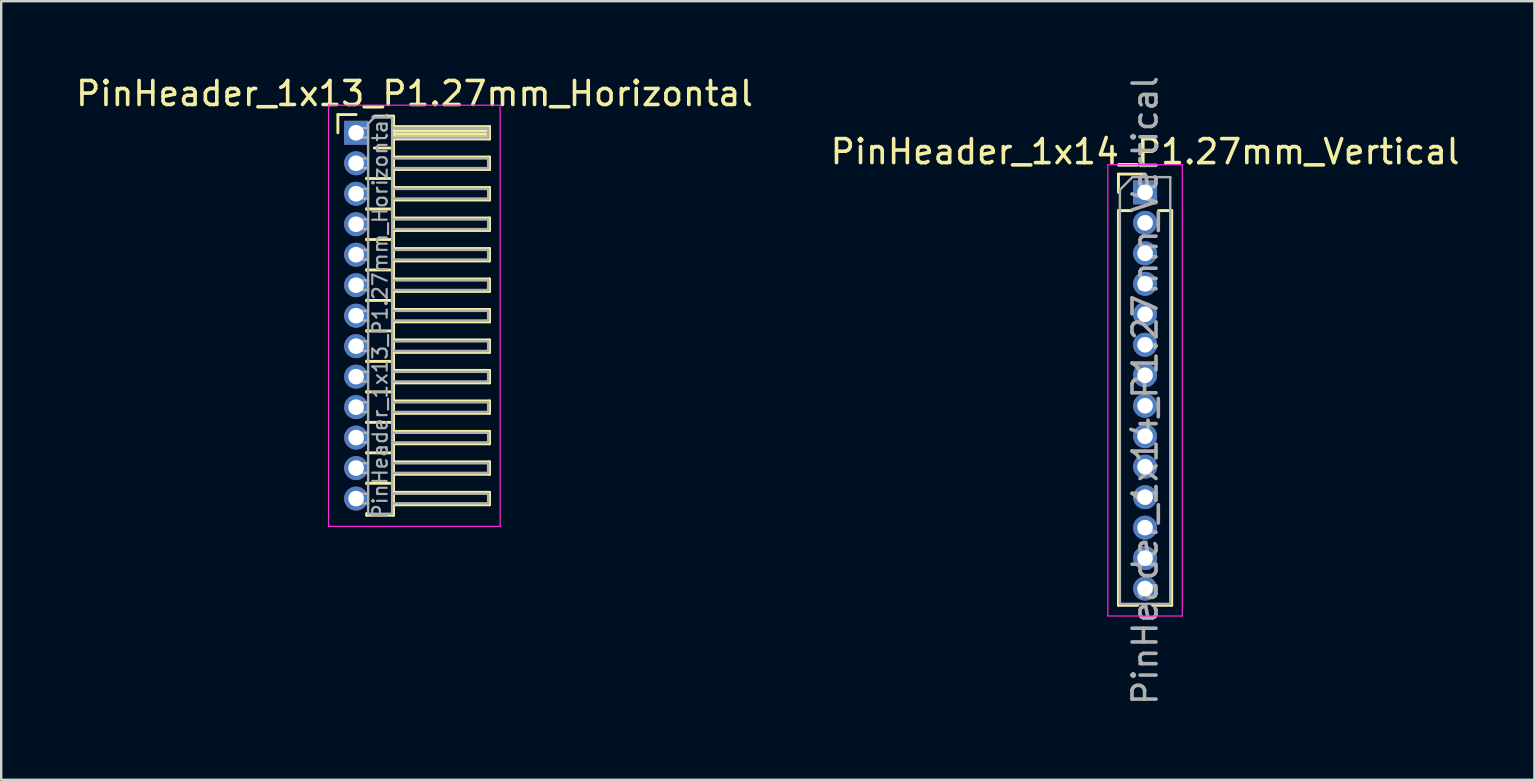
<source format=kicad_pcb>
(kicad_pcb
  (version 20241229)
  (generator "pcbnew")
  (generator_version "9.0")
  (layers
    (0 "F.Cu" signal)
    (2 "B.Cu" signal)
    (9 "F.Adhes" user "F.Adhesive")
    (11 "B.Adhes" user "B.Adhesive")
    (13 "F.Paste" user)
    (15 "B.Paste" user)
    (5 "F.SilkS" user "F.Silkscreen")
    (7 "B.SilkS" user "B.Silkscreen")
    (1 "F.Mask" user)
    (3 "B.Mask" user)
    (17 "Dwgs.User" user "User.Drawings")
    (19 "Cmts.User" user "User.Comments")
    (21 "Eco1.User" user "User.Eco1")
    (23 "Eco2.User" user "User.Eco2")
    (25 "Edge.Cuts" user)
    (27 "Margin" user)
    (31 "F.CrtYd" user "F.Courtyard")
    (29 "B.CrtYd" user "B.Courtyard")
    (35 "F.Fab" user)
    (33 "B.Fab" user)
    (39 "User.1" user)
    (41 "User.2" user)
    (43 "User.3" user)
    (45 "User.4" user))
  (footprint "PinHeader_1x14_P1.27mm_Vertical"
    (layer "F.Cu")
    (at 44.661 4.965)
    (property "Reference" "PinHeader_1x14_P1.27mm_Vertical" (at 0 -1.695 0) (layer "F.SilkS") (effects (font (size 1 1) (thickness 0.15))))
    (attr through_hole)
    (fp_line (start -1.11 -0.76) (end 0 -0.76) (stroke (width 0.12) (type solid)) (layer "F.SilkS"))
    (fp_line (start -1.11 0) (end -1.11 -0.76) (stroke (width 0.12) (type solid)) (layer "F.SilkS"))
    (fp_line (start -1.11 0.76) (end -1.11 17.205) (stroke (width 0.12) (type solid)) (layer "F.SilkS"))
    (fp_line (start -1.11 0.76) (end -0.563 0.76) (stroke (width 0.12) (type solid)) (layer "F.SilkS"))
    (fp_line (start -1.11 17.205) (end -0.308 17.205) (stroke (width 0.12) (type solid)) (layer "F.SilkS"))
    (fp_line (start 0.308 17.205) (end 1.11 17.205) (stroke (width 0.12) (type solid)) (layer "F.SilkS"))
    (fp_line (start 0.563 0.76) (end 1.11 0.76) (stroke (width 0.12) (type solid)) (layer "F.SilkS"))
    (fp_line (start 1.11 0.76) (end 1.11 17.205) (stroke (width 0.12) (type solid)) (layer "F.SilkS"))
    (fp_line (start -1.55 -1.15) (end -1.55 17.65) (stroke (width 0.05) (type solid)) (layer "F.CrtYd"))
    (fp_line (start -1.55 17.65) (end 1.55 17.65) (stroke (width 0.05) (type solid)) (layer "F.CrtYd"))
    (fp_line (start 1.55 -1.15) (end -1.55 -1.15) (stroke (width 0.05) (type solid)) (layer "F.CrtYd"))
    (fp_line (start 1.55 17.65) (end 1.55 -1.15) (stroke (width 0.05) (type solid)) (layer "F.CrtYd"))
    (fp_line (start -1.05 -0.11) (end -0.525 -0.635) (stroke (width 0.1) (type solid)) (layer "F.Fab"))
    (fp_line (start -1.05 17.145) (end -1.05 -0.11) (stroke (width 0.1) (type solid)) (layer "F.Fab"))
    (fp_line (start -0.525 -0.635) (end 1.05 -0.635) (stroke (width 0.1) (type solid)) (layer "F.Fab"))
    (fp_line (start 1.05 -0.635) (end 1.05 17.145) (stroke (width 0.1) (type solid)) (layer "F.Fab"))
    (fp_line (start 1.05 17.145) (end -1.05 17.145) (stroke (width 0.1) (type solid)) (layer "F.Fab"))
    (fp_text user "${REFERENCE}" (at 0 8.255 90) (layer "F.Fab") (effects (font (size 1 1) (thickness 0.15))))
    (pad "1" thru_hole rect (at 0 0) (size 1 1) (drill 0.65) (layers "*.Cu" "*.Mask"))
    (pad "2" thru_hole oval (at 0 1.27) (size 1 1) (drill 0.65) (layers "*.Cu" "*.Mask"))
    (pad "3" thru_hole oval (at 0 2.54) (size 1 1) (drill 0.65) (layers "*.Cu" "*.Mask"))
    (pad "4" thru_hole oval (at 0 3.81) (size 1 1) (drill 0.65) (layers "*.Cu" "*.Mask"))
    (pad "5" thru_hole oval (at 0 5.08) (size 1 1) (drill 0.65) (layers "*.Cu" "*.Mask"))
    (pad "6" thru_hole oval (at 0 6.35) (size 1 1) (drill 0.65) (layers "*.Cu" "*.Mask"))
    (pad "7" thru_hole oval (at 0 7.62) (size 1 1) (drill 0.65) (layers "*.Cu" "*.Mask"))
    (pad "8" thru_hole oval (at 0 8.89) (size 1 1) (drill 0.65) (layers "*.Cu" "*.Mask"))
    (pad "9" thru_hole oval (at 0 10.16) (size 1 1) (drill 0.65) (layers "*.Cu" "*.Mask"))
    (pad "10" thru_hole oval (at 0 11.43) (size 1 1) (drill 0.65) (layers "*.Cu" "*.Mask"))
    (pad "11" thru_hole oval (at 0 12.7) (size 1 1) (drill 0.65) (layers "*.Cu" "*.Mask"))
    (pad "12" thru_hole oval (at 0 13.97) (size 1 1) (drill 0.65) (layers "*.Cu" "*.Mask"))
    (pad "13" thru_hole oval (at 0 15.24) (size 1 1) (drill 0.65) (layers "*.Cu" "*.Mask"))
    (pad "14" thru_hole oval (at 0 16.51) (size 1 1) (drill 0.65) (layers "*.Cu" "*.Mask")))
  (footprint "PinHeader_1x13_P1.27mm_Horizontal"
    (layer "F.Cu")
    (at 11.788 2.483)
    (property "Reference" "PinHeader_1x13_P1.27mm_Horizontal" (at 2.433 -1.635 0) (layer "F.SilkS") (effects (font (size 1 1) (thickness 0.15))))
    (attr through_hole)
    (fp_line (start -0.76 -0.76) (end 0 -0.76) (stroke (width 0.12) (type solid)) (layer "F.SilkS"))
    (fp_line (start -0.76 0) (end -0.76 -0.76) (stroke (width 0.12) (type solid)) (layer "F.SilkS"))
    (fp_line (start 0.44 1.89) (end 0.44 1.92) (stroke (width 0.12) (type solid)) (layer "F.SilkS"))
    (fp_line (start 0.44 1.905) (end 1.56 1.905) (stroke (width 0.12) (type solid)) (layer "F.SilkS"))
    (fp_line (start 0.44 3.16) (end 0.44 3.19) (stroke (width 0.12) (type solid)) (layer "F.SilkS"))
    (fp_line (start 0.44 3.175) (end 1.56 3.175) (stroke (width 0.12) (type solid)) (layer "F.SilkS"))
    (fp_line (start 0.44 4.43) (end 0.44 4.46) (stroke (width 0.12) (type solid)) (layer "F.SilkS"))
    (fp_line (start 0.44 4.445) (end 1.56 4.445) (stroke (width 0.12) (type solid)) (layer "F.SilkS"))
    (fp_line (start 0.44 5.7) (end 0.44 5.73) (stroke (width 0.12) (type solid)) (layer "F.SilkS"))
    (fp_line (start 0.44 5.715) (end 1.56 5.715) (stroke (width 0.12) (type solid)) (layer "F.SilkS"))
    (fp_line (start 0.44 6.97) (end 0.44 7) (stroke (width 0.12) (type solid)) (layer "F.SilkS"))
    (fp_line (start 0.44 6.985) (end 1.56 6.985) (stroke (width 0.12) (type solid)) (layer "F.SilkS"))
    (fp_line (start 0.44 8.24) (end 0.44 8.27) (stroke (width 0.12) (type solid)) (layer "F.SilkS"))
    (fp_line (start 0.44 8.255) (end 1.56 8.255) (stroke (width 0.12) (type solid)) (layer "F.SilkS"))
    (fp_line (start 0.44 9.51) (end 0.44 9.54) (stroke (width 0.12) (type solid)) (layer "F.SilkS"))
    (fp_line (start 0.44 9.525) (end 1.56 9.525) (stroke (width 0.12) (type solid)) (layer "F.SilkS"))
    (fp_line (start 0.44 10.78) (end 0.44 10.81) (stroke (width 0.12) (type solid)) (layer "F.SilkS"))
    (fp_line (start 0.44 10.795) (end 1.56 10.795) (stroke (width 0.12) (type solid)) (layer "F.SilkS"))
    (fp_line (start 0.44 12.05) (end 0.44 12.08) (stroke (width 0.12) (type solid)) (layer "F.SilkS"))
    (fp_line (start 0.44 12.065) (end 1.56 12.065) (stroke (width 0.12) (type solid)) (layer "F.SilkS"))
    (fp_line (start 0.44 13.32) (end 0.44 13.35) (stroke (width 0.12) (type solid)) (layer "F.SilkS"))
    (fp_line (start 0.44 13.335) (end 1.56 13.335) (stroke (width 0.12) (type solid)) (layer "F.SilkS"))
    (fp_line (start 0.44 14.59) (end 0.44 14.62) (stroke (width 0.12) (type solid)) (layer "F.SilkS"))
    (fp_line (start 0.44 14.605) (end 1.56 14.605) (stroke (width 0.12) (type solid)) (layer "F.SilkS"))
    (fp_line (start 0.44 15.935) (end 0.44 15.86) (stroke (width 0.12) (type solid)) (layer "F.SilkS"))
    (fp_line (start 0.76 -0.695) (end 1.56 -0.695) (stroke (width 0.12) (type solid)) (layer "F.SilkS"))
    (fp_line (start 0.76 0.635) (end 1.56 0.635) (stroke (width 0.12) (type solid)) (layer "F.SilkS"))
    (fp_line (start 1.56 -0.695) (end 1.56 15.935) (stroke (width 0.12) (type solid)) (layer "F.SilkS"))
    (fp_line (start 1.56 -0.26) (end 5.56 -0.26) (stroke (width 0.12) (type solid)) (layer "F.SilkS"))
    (fp_line (start 1.56 -0.2) (end 5.56 -0.2) (stroke (width 0.12) (type solid)) (layer "F.SilkS"))
    (fp_line (start 1.56 -0.08) (end 5.56 -0.08) (stroke (width 0.12) (type solid)) (layer "F.SilkS"))
    (fp_line (start 1.56 0.04) (end 5.56 0.04) (stroke (width 0.12) (type solid)) (layer "F.SilkS"))
    (fp_line (start 1.56 0.16) (end 5.56 0.16) (stroke (width 0.12) (type solid)) (layer "F.SilkS"))
    (fp_line (start 1.56 1.01) (end 5.56 1.01) (stroke (width 0.12) (type solid)) (layer "F.SilkS"))
    (fp_line (start 1.56 2.28) (end 5.56 2.28) (stroke (width 0.12) (type solid)) (layer "F.SilkS"))
    (fp_line (start 1.56 3.55) (end 5.56 3.55) (stroke (width 0.12) (type solid)) (layer "F.SilkS"))
    (fp_line (start 1.56 4.82) (end 5.56 4.82) (stroke (width 0.12) (type solid)) (layer "F.SilkS"))
    (fp_line (start 1.56 6.09) (end 5.56 6.09) (stroke (width 0.12) (type solid)) (layer "F.SilkS"))
    (fp_line (start 1.56 7.36) (end 5.56 7.36) (stroke (width 0.12) (type solid)) (layer "F.SilkS"))
    (fp_line (start 1.56 8.63) (end 5.56 8.63) (stroke (width 0.12) (type solid)) (layer "F.SilkS"))
    (fp_line (start 1.56 9.9) (end 5.56 9.9) (stroke (width 0.12) (type solid)) (layer "F.SilkS"))
    (fp_line (start 1.56 11.17) (end 5.56 11.17) (stroke (width 0.12) (type solid)) (layer "F.SilkS"))
    (fp_line (start 1.56 12.44) (end 5.56 12.44) (stroke (width 0.12) (type solid)) (layer "F.SilkS"))
    (fp_line (start 1.56 13.71) (end 5.56 13.71) (stroke (width 0.12) (type solid)) (layer "F.SilkS"))
    (fp_line (start 1.56 14.98) (end 5.56 14.98) (stroke (width 0.12) (type solid)) (layer "F.SilkS"))
    (fp_line (start 1.56 15.935) (end 0.44 15.935) (stroke (width 0.12) (type solid)) (layer "F.SilkS"))
    (fp_line (start 5.56 -0.26) (end 5.56 0.26) (stroke (width 0.12) (type solid)) (layer "F.SilkS"))
    (fp_line (start 5.56 0.26) (end 1.56 0.26) (stroke (width 0.12) (type solid)) (layer "F.SilkS"))
    (fp_line (start 5.56 1.01) (end 5.56 1.53) (stroke (width 0.12) (type solid)) (layer "F.SilkS"))
    (fp_line (start 5.56 1.53) (end 1.56 1.53) (stroke (width 0.12) (type solid)) (layer "F.SilkS"))
    (fp_line (start 5.56 2.28) (end 5.56 2.8) (stroke (width 0.12) (type solid)) (layer "F.SilkS"))
    (fp_line (start 5.56 2.8) (end 1.56 2.8) (stroke (width 0.12) (type solid)) (layer "F.SilkS"))
    (fp_line (start 5.56 3.55) (end 5.56 4.07) (stroke (width 0.12) (type solid)) (layer "F.SilkS"))
    (fp_line (start 5.56 4.07) (end 1.56 4.07) (stroke (width 0.12) (type solid)) (layer "F.SilkS"))
    (fp_line (start 5.56 4.82) (end 5.56 5.34) (stroke (width 0.12) (type solid)) (layer "F.SilkS"))
    (fp_line (start 5.56 5.34) (end 1.56 5.34) (stroke (width 0.12) (type solid)) (layer "F.SilkS"))
    (fp_line (start 5.56 6.09) (end 5.56 6.61) (stroke (width 0.12) (type solid)) (layer "F.SilkS"))
    (fp_line (start 5.56 6.61) (end 1.56 6.61) (stroke (width 0.12) (type solid)) (layer "F.SilkS"))
    (fp_line (start 5.56 7.36) (end 5.56 7.88) (stroke (width 0.12) (type solid)) (layer "F.SilkS"))
    (fp_line (start 5.56 7.88) (end 1.56 7.88) (stroke (width 0.12) (type solid)) (layer "F.SilkS"))
    (fp_line (start 5.56 8.63) (end 5.56 9.15) (stroke (width 0.12) (type solid)) (layer "F.SilkS"))
    (fp_line (start 5.56 9.15) (end 1.56 9.15) (stroke (width 0.12) (type solid)) (layer "F.SilkS"))
    (fp_line (start 5.56 9.9) (end 5.56 10.42) (stroke (width 0.12) (type solid)) (layer "F.SilkS"))
    (fp_line (start 5.56 10.42) (end 1.56 10.42) (stroke (width 0.12) (type solid)) (layer "F.SilkS"))
    (fp_line (start 5.56 11.17) (end 5.56 11.69) (stroke (width 0.12) (type solid)) (layer "F.SilkS"))
    (fp_line (start 5.56 11.69) (end 1.56 11.69) (stroke (width 0.12) (type solid)) (layer "F.SilkS"))
    (fp_line (start 5.56 12.44) (end 5.56 12.96) (stroke (width 0.12) (type solid)) (layer "F.SilkS"))
    (fp_line (start 5.56 12.96) (end 1.56 12.96) (stroke (width 0.12) (type solid)) (layer "F.SilkS"))
    (fp_line (start 5.56 13.71) (end 5.56 14.23) (stroke (width 0.12) (type solid)) (layer "F.SilkS"))
    (fp_line (start 5.56 14.23) (end 1.56 14.23) (stroke (width 0.12) (type solid)) (layer "F.SilkS"))
    (fp_line (start 5.56 14.98) (end 5.56 15.5) (stroke (width 0.12) (type solid)) (layer "F.SilkS"))
    (fp_line (start 5.56 15.5) (end 1.56 15.5) (stroke (width 0.12) (type solid)) (layer "F.SilkS"))
    (fp_line (start -1.15 -1.15) (end -1.15 16.4) (stroke (width 0.05) (type solid)) (layer "F.CrtYd"))
    (fp_line (start -1.15 16.4) (end 6 16.4) (stroke (width 0.05) (type solid)) (layer "F.CrtYd"))
    (fp_line (start 6 -1.15) (end -1.15 -1.15) (stroke (width 0.05) (type solid)) (layer "F.CrtYd"))
    (fp_line (start 6 16.4) (end 6 -1.15) (stroke (width 0.05) (type solid)) (layer "F.CrtYd"))
    (fp_line (start -0.2 -0.2) (end -0.2 0.2) (stroke (width 0.1) (type solid)) (layer "F.Fab"))
    (fp_line (start -0.2 -0.2) (end 0.5 -0.2) (stroke (width 0.1) (type solid)) (layer "F.Fab"))
    (fp_line (start -0.2 0.2) (end 0.5 0.2) (stroke (width 0.1) (type solid)) (layer "F.Fab"))
    (fp_line (start -0.2 1.07) (end -0.2 1.47) (stroke (width 0.1) (type solid)) (layer "F.Fab"))
    (fp_line (start -0.2 1.07) (end 0.5 1.07) (stroke (width 0.1) (type solid)) (layer "F.Fab"))
    (fp_line (start -0.2 1.47) (end 0.5 1.47) (stroke (width 0.1) (type solid)) (layer "F.Fab"))
    (fp_line (start -0.2 2.34) (end -0.2 2.74) (stroke (width 0.1) (type solid)) (layer "F.Fab"))
    (fp_line (start -0.2 2.34) (end 0.5 2.34) (stroke (width 0.1) (type solid)) (layer "F.Fab"))
    (fp_line (start -0.2 2.74) (end 0.5 2.74) (stroke (width 0.1) (type solid)) (layer "F.Fab"))
    (fp_line (start -0.2 3.61) (end -0.2 4.01) (stroke (width 0.1) (type solid)) (layer "F.Fab"))
    (fp_line (start -0.2 3.61) (end 0.5 3.61) (stroke (width 0.1) (type solid)) (layer "F.Fab"))
    (fp_line (start -0.2 4.01) (end 0.5 4.01) (stroke (width 0.1) (type solid)) (layer "F.Fab"))
    (fp_line (start -0.2 4.88) (end -0.2 5.28) (stroke (width 0.1) (type solid)) (layer "F.Fab"))
    (fp_line (start -0.2 4.88) (end 0.5 4.88) (stroke (width 0.1) (type solid)) (layer "F.Fab"))
    (fp_line (start -0.2 5.28) (end 0.5 5.28) (stroke (width 0.1) (type solid)) (layer "F.Fab"))
    (fp_line (start -0.2 6.15) (end -0.2 6.55) (stroke (width 0.1) (type solid)) (layer "F.Fab"))
    (fp_line (start -0.2 6.15) (end 0.5 6.15) (stroke (width 0.1) (type solid)) (layer "F.Fab"))
    (fp_line (start -0.2 6.55) (end 0.5 6.55) (stroke (width 0.1) (type solid)) (layer "F.Fab"))
    (fp_line (start -0.2 7.42) (end -0.2 7.82) (stroke (width 0.1) (type solid)) (layer "F.Fab"))
    (fp_line (start -0.2 7.42) (end 0.5 7.42) (stroke (width 0.1) (type solid)) (layer "F.Fab"))
    (fp_line (start -0.2 7.82) (end 0.5 7.82) (stroke (width 0.1) (type solid)) (layer "F.Fab"))
    (fp_line (start -0.2 8.69) (end -0.2 9.09) (stroke (width 0.1) (type solid)) (layer "F.Fab"))
    (fp_line (start -0.2 8.69) (end 0.5 8.69) (stroke (width 0.1) (type solid)) (layer "F.Fab"))
    (fp_line (start -0.2 9.09) (end 0.5 9.09) (stroke (width 0.1) (type solid)) (layer "F.Fab"))
    (fp_line (start -0.2 9.96) (end -0.2 10.36) (stroke (width 0.1) (type solid)) (layer "F.Fab"))
    (fp_line (start -0.2 9.96) (end 0.5 9.96) (stroke (width 0.1) (type solid)) (layer "F.Fab"))
    (fp_line (start -0.2 10.36) (end 0.5 10.36) (stroke (width 0.1) (type solid)) (layer "F.Fab"))
    (fp_line (start -0.2 11.23) (end -0.2 11.63) (stroke (width 0.1) (type solid)) (layer "F.Fab"))
    (fp_line (start -0.2 11.23) (end 0.5 11.23) (stroke (width 0.1) (type solid)) (layer "F.Fab"))
    (fp_line (start -0.2 11.63) (end 0.5 11.63) (stroke (width 0.1) (type solid)) (layer "F.Fab"))
    (fp_line (start -0.2 12.5) (end -0.2 12.9) (stroke (width 0.1) (type solid)) (layer "F.Fab"))
    (fp_line (start -0.2 12.5) (end 0.5 12.5) (stroke (width 0.1) (type solid)) (layer "F.Fab"))
    (fp_line (start -0.2 12.9) (end 0.5 12.9) (stroke (width 0.1) (type solid)) (layer "F.Fab"))
    (fp_line (start -0.2 13.77) (end -0.2 14.17) (stroke (width 0.1) (type solid)) (layer "F.Fab"))
    (fp_line (start -0.2 13.77) (end 0.5 13.77) (stroke (width 0.1) (type solid)) (layer "F.Fab"))
    (fp_line (start -0.2 14.17) (end 0.5 14.17) (stroke (width 0.1) (type solid)) (layer "F.Fab"))
    (fp_line (start -0.2 15.04) (end -0.2 15.44) (stroke (width 0.1) (type solid)) (layer "F.Fab"))
    (fp_line (start -0.2 15.04) (end 0.5 15.04) (stroke (width 0.1) (type solid)) (layer "F.Fab"))
    (fp_line (start -0.2 15.44) (end 0.5 15.44) (stroke (width 0.1) (type solid)) (layer "F.Fab"))
    (fp_line (start 0.5 -0.385) (end 0.75 -0.635) (stroke (width 0.1) (type solid)) (layer "F.Fab"))
    (fp_line (start 0.5 15.875) (end 0.5 -0.385) (stroke (width 0.1) (type solid)) (layer "F.Fab"))
    (fp_line (start 0.75 -0.635) (end 1.5 -0.635) (stroke (width 0.1) (type solid)) (layer "F.Fab"))
    (fp_line (start 1.5 -0.635) (end 1.5 15.875) (stroke (width 0.1) (type solid)) (layer "F.Fab"))
    (fp_line (start 1.5 -0.2) (end 5.5 -0.2) (stroke (width 0.1) (type solid)) (layer "F.Fab"))
    (fp_line (start 1.5 0.2) (end 5.5 0.2) (stroke (width 0.1) (type solid)) (layer "F.Fab"))
    (fp_line (start 1.5 1.07) (end 5.5 1.07) (stroke (width 0.1) (type solid)) (layer "F.Fab"))
    (fp_line (start 1.5 1.47) (end 5.5 1.47) (stroke (width 0.1) (type solid)) (layer "F.Fab"))
    (fp_line (start 1.5 2.34) (end 5.5 2.34) (stroke (width 0.1) (type solid)) (layer "F.Fab"))
    (fp_line (start 1.5 2.74) (end 5.5 2.74) (stroke (width 0.1) (type solid)) (layer "F.Fab"))
    (fp_line (start 1.5 3.61) (end 5.5 3.61) (stroke (width 0.1) (type solid)) (layer "F.Fab"))
    (fp_line (start 1.5 4.01) (end 5.5 4.01) (stroke (width 0.1) (type solid)) (layer "F.Fab"))
    (fp_line (start 1.5 4.88) (end 5.5 4.88) (stroke (width 0.1) (type solid)) (layer "F.Fab"))
    (fp_line (start 1.5 5.28) (end 5.5 5.28) (stroke (width 0.1) (type solid)) (layer "F.Fab"))
    (fp_line (start 1.5 6.15) (end 5.5 6.15) (stroke (width 0.1) (type solid)) (layer "F.Fab"))
    (fp_line (start 1.5 6.55) (end 5.5 6.55) (stroke (width 0.1) (type solid)) (layer "F.Fab"))
    (fp_line (start 1.5 7.42) (end 5.5 7.42) (stroke (width 0.1) (type solid)) (layer "F.Fab"))
    (fp_line (start 1.5 7.82) (end 5.5 7.82) (stroke (width 0.1) (type solid)) (layer "F.Fab"))
    (fp_line (start 1.5 8.69) (end 5.5 8.69) (stroke (width 0.1) (type solid)) (layer "F.Fab"))
    (fp_line (start 1.5 9.09) (end 5.5 9.09) (stroke (width 0.1) (type solid)) (layer "F.Fab"))
    (fp_line (start 1.5 9.96) (end 5.5 9.96) (stroke (width 0.1) (type solid)) (layer "F.Fab"))
    (fp_line (start 1.5 10.36) (end 5.5 10.36) (stroke (width 0.1) (type solid)) (layer "F.Fab"))
    (fp_line (start 1.5 11.23) (end 5.5 11.23) (stroke (width 0.1) (type solid)) (layer "F.Fab"))
    (fp_line (start 1.5 11.63) (end 5.5 11.63) (stroke (width 0.1) (type solid)) (layer "F.Fab"))
    (fp_line (start 1.5 12.5) (end 5.5 12.5) (stroke (width 0.1) (type solid)) (layer "F.Fab"))
    (fp_line (start 1.5 12.9) (end 5.5 12.9) (stroke (width 0.1) (type solid)) (layer "F.Fab"))
    (fp_line (start 1.5 13.77) (end 5.5 13.77) (stroke (width 0.1) (type solid)) (layer "F.Fab"))
    (fp_line (start 1.5 14.17) (end 5.5 14.17) (stroke (width 0.1) (type solid)) (layer "F.Fab"))
    (fp_line (start 1.5 15.04) (end 5.5 15.04) (stroke (width 0.1) (type solid)) (layer "F.Fab"))
    (fp_line (start 1.5 15.44) (end 5.5 15.44) (stroke (width 0.1) (type solid)) (layer "F.Fab"))
    (fp_line (start 1.5 15.875) (end 0.5 15.875) (stroke (width 0.1) (type solid)) (layer "F.Fab"))
    (fp_line (start 5.5 -0.2) (end 5.5 0.2) (stroke (width 0.1) (type solid)) (layer "F.Fab"))
    (fp_line (start 5.5 1.07) (end 5.5 1.47) (stroke (width 0.1) (type solid)) (layer "F.Fab"))
    (fp_line (start 5.5 2.34) (end 5.5 2.74) (stroke (width 0.1) (type solid)) (layer "F.Fab"))
    (fp_line (start 5.5 3.61) (end 5.5 4.01) (stroke (width 0.1) (type solid)) (layer "F.Fab"))
    (fp_line (start 5.5 4.88) (end 5.5 5.28) (stroke (width 0.1) (type solid)) (layer "F.Fab"))
    (fp_line (start 5.5 6.15) (end 5.5 6.55) (stroke (width 0.1) (type solid)) (layer "F.Fab"))
    (fp_line (start 5.5 7.42) (end 5.5 7.82) (stroke (width 0.1) (type solid)) (layer "F.Fab"))
    (fp_line (start 5.5 8.69) (end 5.5 9.09) (stroke (width 0.1) (type solid)) (layer "F.Fab"))
    (fp_line (start 5.5 9.96) (end 5.5 10.36) (stroke (width 0.1) (type solid)) (layer "F.Fab"))
    (fp_line (start 5.5 11.23) (end 5.5 11.63) (stroke (width 0.1) (type solid)) (layer "F.Fab"))
    (fp_line (start 5.5 12.5) (end 5.5 12.9) (stroke (width 0.1) (type solid)) (layer "F.Fab"))
    (fp_line (start 5.5 13.77) (end 5.5 14.17) (stroke (width 0.1) (type solid)) (layer "F.Fab"))
    (fp_line (start 5.5 15.04) (end 5.5 15.44) (stroke (width 0.1) (type solid)) (layer "F.Fab"))
    (fp_text user "${REFERENCE}" (at 1 7.62 90) (layer "F.Fab") (effects (font (size 0.6 0.6) (thickness 0.09))))
    (pad "1" thru_hole rect (at 0 0) (size 1 1) (drill 0.65) (layers "*.Cu" "*.Mask"))
    (pad "2" thru_hole oval (at 0 1.27) (size 1 1) (drill 0.65) (layers "*.Cu" "*.Mask"))
    (pad "3" thru_hole oval (at 0 2.54) (size 1 1) (drill 0.65) (layers "*.Cu" "*.Mask"))
    (pad "4" thru_hole oval (at 0 3.81) (size 1 1) (drill 0.65) (layers "*.Cu" "*.Mask"))
    (pad "5" thru_hole oval (at 0 5.08) (size 1 1) (drill 0.65) (layers "*.Cu" "*.Mask"))
    (pad "6" thru_hole oval (at 0 6.35) (size 1 1) (drill 0.65) (layers "*.Cu" "*.Mask"))
    (pad "7" thru_hole oval (at 0 7.62) (size 1 1) (drill 0.65) (layers "*.Cu" "*.Mask"))
    (pad "8" thru_hole oval (at 0 8.89) (size 1 1) (drill 0.65) (layers "*.Cu" "*.Mask"))
    (pad "9" thru_hole oval (at 0 10.16) (size 1 1) (drill 0.65) (layers "*.Cu" "*.Mask"))
    (pad "10" thru_hole oval (at 0 11.43) (size 1 1) (drill 0.65) (layers "*.Cu" "*.Mask"))
    (pad "11" thru_hole oval (at 0 12.7) (size 1 1) (drill 0.65) (layers "*.Cu" "*.Mask"))
    (pad "12" thru_hole oval (at 0 13.97) (size 1 1) (drill 0.65) (layers "*.Cu" "*.Mask"))
    (pad "13" thru_hole oval (at 0 15.24) (size 1 1) (drill 0.65) (layers "*.Cu" "*.Mask")))
  (gr_rect
    (start -3 -3)
    (end 60.881 29.44)
    (stroke (width 0.1) (type default))
    (fill no)
    (layer "Edge.Cuts")))
</source>
